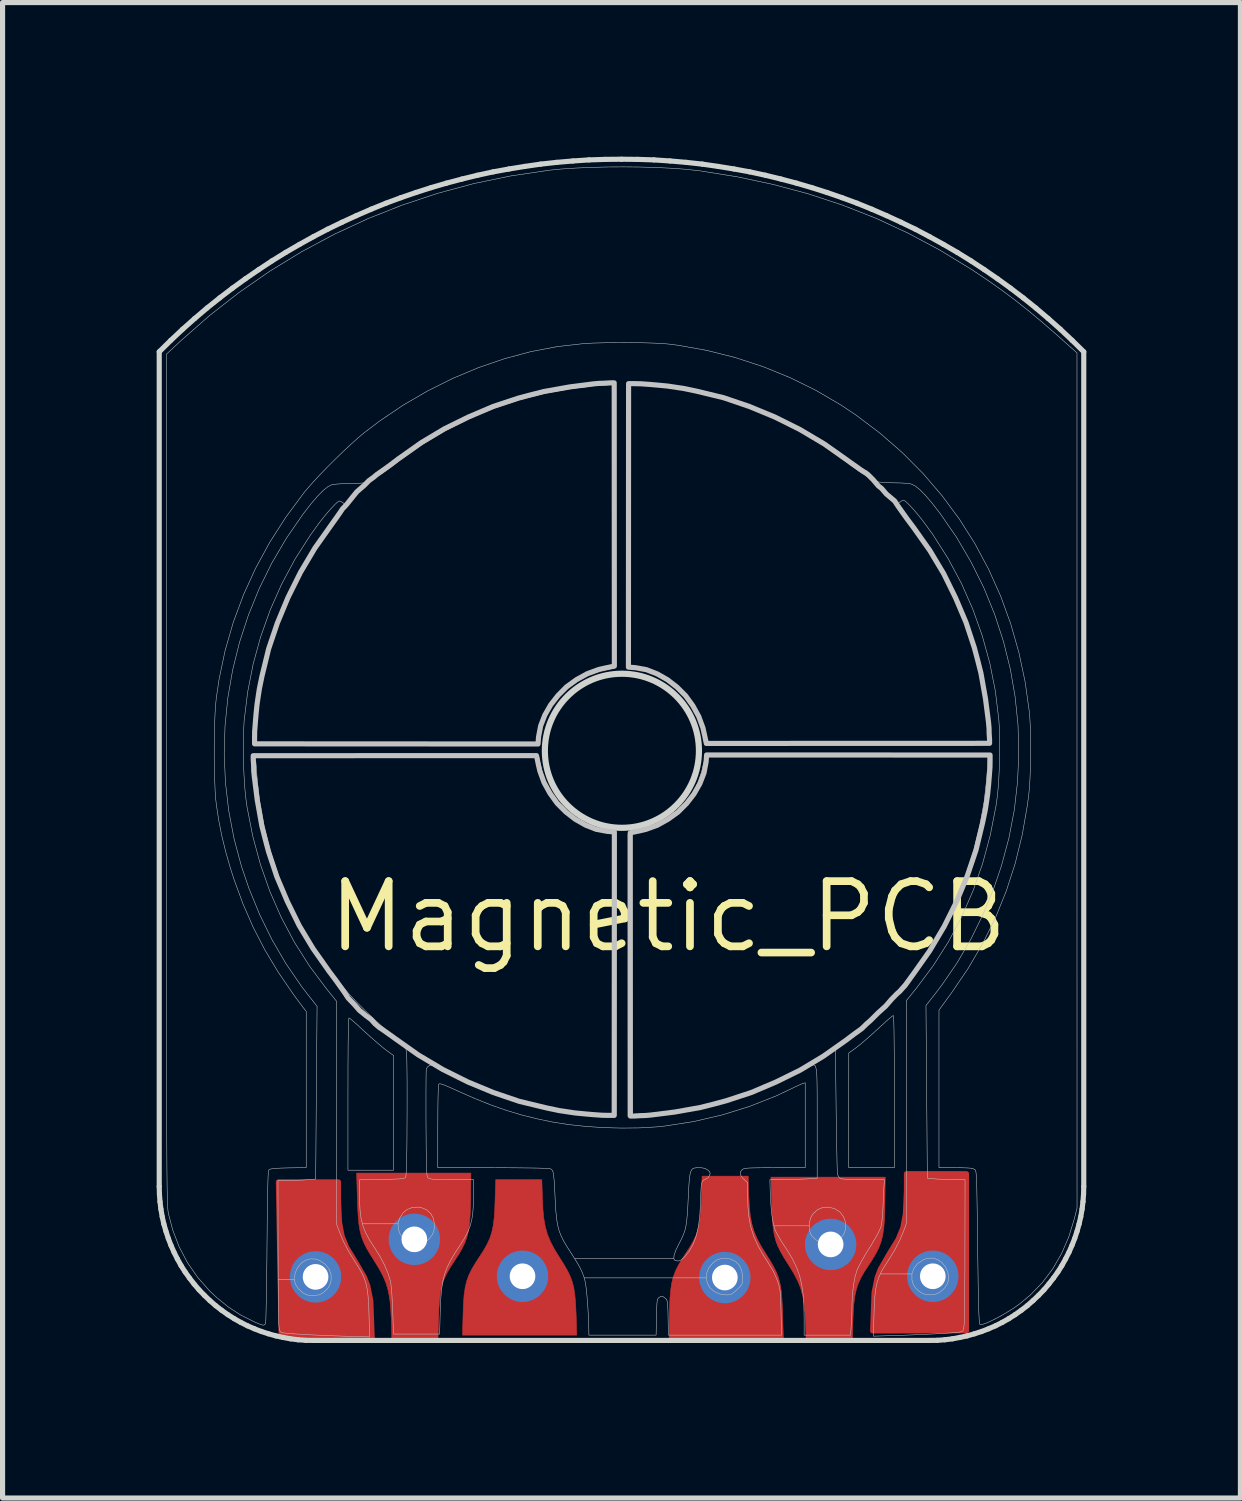
<source format=kicad_pcb>
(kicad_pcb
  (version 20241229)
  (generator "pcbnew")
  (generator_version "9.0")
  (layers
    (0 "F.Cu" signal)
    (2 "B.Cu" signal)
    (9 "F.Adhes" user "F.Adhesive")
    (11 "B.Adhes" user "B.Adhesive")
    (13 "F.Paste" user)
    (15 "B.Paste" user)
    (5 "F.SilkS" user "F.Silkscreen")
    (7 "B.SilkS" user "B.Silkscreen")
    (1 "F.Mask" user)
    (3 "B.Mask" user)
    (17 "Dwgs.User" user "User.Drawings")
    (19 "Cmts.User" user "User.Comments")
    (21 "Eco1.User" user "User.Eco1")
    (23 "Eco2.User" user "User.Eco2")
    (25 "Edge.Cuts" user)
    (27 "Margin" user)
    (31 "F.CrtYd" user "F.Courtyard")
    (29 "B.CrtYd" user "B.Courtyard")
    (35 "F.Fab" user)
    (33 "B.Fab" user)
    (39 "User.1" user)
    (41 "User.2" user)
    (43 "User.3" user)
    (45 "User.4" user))
  (footprint "Magnetic_PCB"
    (layer "F.Cu")
    (at 9.96 14.795)
    (property "Reference" "Magnetic_PCB" (at 0 0 0) (layer "F.SilkS") (effects (font (size 1.27 1.27) (thickness 0.15))))
    (attr through_hole)
    (fp_poly (pts (xy -6.421 5.166) (xy -6.421 5.486) (xy -6.401 5.946) (xy -6.35 6.22) (xy -6.256 6.447) (xy -6.071 6.749) (xy -5.911 7.028) (xy -5.85 7.188) (xy -5.791 7.48) (xy -5.763 8.227) (xy -6.797 8.225) (xy -7.422 8.169) (xy -7.536 8.131) (xy -7.59 5.166)) (stroke (width 0.1) (type solid)) (fill yes) (layer "F.Cu"))
    (fp_poly (pts (xy 4.638 5.006) (xy 4.638 5.326) (xy 4.618 5.786) (xy 4.567 6.06) (xy 4.473 6.287) (xy 4.288 6.589) (xy 4.128 6.868) (xy 4.067 7.028) (xy 4.008 7.32) (xy 3.98 8.067) (xy 5.014 8.065) (xy 5.7 8.062) (xy 5.806 8.065) (xy 5.806 5.006)) (stroke (width 0.1) (type solid)) (fill yes) (layer "F.Cu"))
    (fp_poly (pts (xy -5.392 7.849) (xy -5.403 7.633) (xy -5.421 7.45) (xy -5.45 7.291) (xy -5.492 7.145) (xy -5.55 7.005) (xy -5.627 6.859) (xy -5.725 6.7) (xy -5.727 6.696) (xy -5.813 6.56) (xy -5.881 6.442) (xy -5.934 6.332) (xy -5.974 6.224) (xy -6.003 6.11) (xy -6.024 5.981) (xy -6.037 5.831) (xy -6.047 5.65) (xy -6.051 5.531) (xy -6.067 4.994) (xy -3.842 4.994) (xy -3.848 5.605) (xy -3.856 5.807) (xy -3.869 5.974) (xy -3.889 6.117) (xy -3.919 6.242) (xy -3.952 6.332) (xy -4.583 6.332) (xy -4.6 6.206) (xy -4.651 6.104) (xy -4.733 6.029) (xy -4.843 5.984) (xy -4.96 5.971) (xy -5.021 5.972) (xy -5.066 5.983) (xy -5.108 6.008) (xy -5.161 6.055) (xy -5.182 6.075) (xy -5.239 6.13) (xy -5.272 6.171) (xy -5.287 6.211) (xy -5.291 6.265) (xy -5.291 6.313) (xy -5.276 6.444) (xy -5.229 6.548) (xy -5.151 6.623) (xy -5.103 6.649) (xy -4.981 6.685) (xy -4.866 6.68) (xy -4.759 6.633) (xy -4.702 6.588) (xy -4.626 6.495) (xy -4.588 6.396) (xy -4.583 6.332) (xy -3.952 6.332) (xy -3.962 6.358) (xy -4.019 6.475) (xy -4.093 6.599) (xy -4.159 6.7) (xy -4.246 6.834) (xy -4.315 6.954) (xy -4.367 7.068) (xy -4.406 7.185) (xy -4.433 7.313) (xy -4.452 7.46) (xy -4.464 7.634) (xy -4.47 7.796) (xy -4.483 8.214) (xy -5.381 8.214) (xy -5.392 7.849)) (stroke (width 0.01) (type solid)) (fill yes) (layer "F.Cu"))
    (fp_poly (pts (xy -2.45 5.487) (xy -2.439 5.703) (xy -2.421 5.886) (xy -2.392 6.045) (xy -2.35 6.191) (xy -2.292 6.331) (xy -2.215 6.477) (xy -2.117 6.636) (xy -2.115 6.64) (xy -2.029 6.776) (xy -1.961 6.894) (xy -1.908 7.004) (xy -1.868 7.112) (xy -1.839 7.226) (xy -1.819 7.355) (xy -1.805 7.506) (xy -1.796 7.686) (xy -1.791 7.805) (xy -1.781 8.149) (xy -4.006 8.149) (xy -3.994 7.731) (xy -3.987 7.53) (xy -3.974 7.362) (xy -3.953 7.219) (xy -3.923 7.094) (xy -3.89 7.004) (xy -3.26 7.004) (xy -3.242 7.13) (xy -3.191 7.232) (xy -3.109 7.307) (xy -2.999 7.352) (xy -2.882 7.365) (xy -2.821 7.364) (xy -2.776 7.353) (xy -2.734 7.328) (xy -2.681 7.281) (xy -2.66 7.261) (xy -2.603 7.206) (xy -2.571 7.165) (xy -2.555 7.125) (xy -2.551 7.071) (xy -2.551 7.023) (xy -2.567 6.892) (xy -2.613 6.789) (xy -2.691 6.713) (xy -2.739 6.687) (xy -2.861 6.651) (xy -2.976 6.656) (xy -3.083 6.703) (xy -3.14 6.748) (xy -3.216 6.841) (xy -3.254 6.94) (xy -3.26 7.004) (xy -3.89 7.004) (xy -3.881 6.978) (xy -3.823 6.861) (xy -3.749 6.737) (xy -3.683 6.636) (xy -3.596 6.502) (xy -3.528 6.382) (xy -3.475 6.268) (xy -3.437 6.151) (xy -3.409 6.023) (xy -3.39 5.876) (xy -3.378 5.702) (xy -3.372 5.54) (xy -3.359 5.122) (xy -2.461 5.122) (xy -2.45 5.487)) (stroke (width 0.01) (type solid)) (fill yes) (layer "F.Cu"))
    (fp_poly (pts (xy 1.568 5.418) (xy 1.579 5.633) (xy 1.597 5.816) (xy 1.626 5.976) (xy 1.668 6.121) (xy 1.726 6.262) (xy 1.803 6.407) (xy 1.901 6.567) (xy 1.903 6.57) (xy 1.989 6.706) (xy 2.057 6.825) (xy 2.11 6.934) (xy 2.15 7.042) (xy 2.179 7.157) (xy 2.2 7.285) (xy 2.213 7.436) (xy 2.223 7.617) (xy 2.227 7.736) (xy 2.243 8.273) (xy 0.018 8.273) (xy 0.024 7.662) (xy 0.032 7.46) (xy 0.045 7.292) (xy 0.065 7.15) (xy 0.095 7.025) (xy 0.128 6.934) (xy 0.759 6.934) (xy 0.776 7.061) (xy 0.827 7.163) (xy 0.909 7.237) (xy 1.019 7.282) (xy 1.136 7.296) (xy 1.197 7.294) (xy 1.242 7.284) (xy 1.284 7.259) (xy 1.337 7.212) (xy 1.358 7.192) (xy 1.415 7.137) (xy 1.448 7.096) (xy 1.463 7.056) (xy 1.467 7.001) (xy 1.467 6.954) (xy 1.452 6.822) (xy 1.405 6.719) (xy 1.327 6.644) (xy 1.279 6.617) (xy 1.157 6.581) (xy 1.042 6.587) (xy 0.935 6.633) (xy 0.878 6.679) (xy 0.802 6.771) (xy 0.764 6.871) (xy 0.759 6.934) (xy 0.128 6.934) (xy 0.138 6.908) (xy 0.195 6.792) (xy 0.269 6.667) (xy 0.335 6.566) (xy 0.422 6.433) (xy 0.49 6.313) (xy 0.543 6.199) (xy 0.582 6.082) (xy 0.609 5.954) (xy 0.628 5.807) (xy 0.64 5.633) (xy 0.646 5.471) (xy 0.659 5.053) (xy 1.557 5.053) (xy 1.568 5.418)) (stroke (width 0.01) (type solid)) (fill yes) (layer "F.Cu"))
    (fp_poly (pts (xy 2.674 7.928) (xy 2.663 7.713) (xy 2.645 7.53) (xy 2.616 7.37) (xy 2.574 7.225) (xy 2.516 7.084) (xy 2.439 6.939) (xy 2.341 6.779) (xy 2.339 6.776) (xy 2.253 6.64) (xy 2.185 6.521) (xy 2.132 6.412) (xy 2.092 6.304) (xy 2.063 6.189) (xy 2.043 6.061) (xy 2.029 5.91) (xy 2.02 5.729) (xy 2.015 5.61) (xy 1.999 5.073) (xy 4.225 5.073) (xy 4.218 5.684) (xy 4.211 5.886) (xy 4.198 6.054) (xy 4.177 6.196) (xy 4.147 6.321) (xy 4.114 6.412) (xy 3.484 6.412) (xy 3.466 6.285) (xy 3.415 6.183) (xy 3.333 6.109) (xy 3.223 6.064) (xy 3.106 6.05) (xy 3.045 6.052) (xy 3 6.062) (xy 2.958 6.087) (xy 2.905 6.134) (xy 2.884 6.154) (xy 2.827 6.21) (xy 2.795 6.25) (xy 2.779 6.29) (xy 2.775 6.345) (xy 2.775 6.392) (xy 2.791 6.524) (xy 2.837 6.627) (xy 2.915 6.702) (xy 2.963 6.729) (xy 3.085 6.765) (xy 3.2 6.759) (xy 3.307 6.713) (xy 3.364 6.667) (xy 3.44 6.575) (xy 3.478 6.475) (xy 3.484 6.412) (xy 4.114 6.412) (xy 4.105 6.438) (xy 4.047 6.554) (xy 3.973 6.679) (xy 3.907 6.78) (xy 3.82 6.913) (xy 3.752 7.033) (xy 3.699 7.147) (xy 3.661 7.264) (xy 3.633 7.392) (xy 3.614 7.539) (xy 3.602 7.714) (xy 3.596 7.875) (xy 3.583 8.293) (xy 2.686 8.293) (xy 2.674 7.928)) (stroke (width 0.01) (type solid)) (fill yes) (layer "F.Cu"))
    (fp_poly (pts (xy -6.426 5.169) (xy -6.426 5.489) (xy -6.406 5.949) (xy -6.355 6.223) (xy -6.261 6.449) (xy -6.076 6.751) (xy -5.916 7.031) (xy -5.855 7.191) (xy -5.796 7.483) (xy -5.768 8.23) (xy -6.802 8.227) (xy -7.427 8.171) (xy -7.541 8.133) (xy -7.595 5.169)) (stroke (width 0.1) (type solid)) (fill yes) (layer "F.Mask"))
    (fp_poly (pts (xy 4.636 5.034) (xy 4.636 5.354) (xy 4.615 5.814) (xy 4.564 6.088) (xy 4.47 6.314) (xy 4.285 6.617) (xy 4.125 6.896) (xy 4.064 7.056) (xy 4.006 7.348) (xy 3.978 8.095) (xy 5.011 8.092) (xy 5.697 8.09) (xy 5.751 7.998) (xy 5.804 5.034)) (stroke (width 0.1) (type solid)) (fill yes) (layer "F.Mask"))
    (fp_poly (pts (xy -5.409 7.791) (xy -5.42 7.575) (xy -5.438 7.393) (xy -5.467 7.233) (xy -5.509 7.088) (xy -5.567 6.947) (xy -5.644 6.801) (xy -5.742 6.642) (xy -5.744 6.638) (xy -5.83 6.503) (xy -5.898 6.384) (xy -5.951 6.274) (xy -5.991 6.167) (xy -6.02 6.052) (xy -6.041 5.924) (xy -6.054 5.773) (xy -6.064 5.592) (xy -6.068 5.473) (xy -6.066 4.983) (xy -3.84 4.983) (xy -3.865 5.547) (xy -3.873 5.749) (xy -3.886 5.917) (xy -3.906 6.059) (xy -3.936 6.184) (xy -3.969 6.275) (xy -4.6 6.275) (xy -4.617 6.148) (xy -4.668 6.046) (xy -4.75 5.972) (xy -4.86 5.926) (xy -4.977 5.913) (xy -5.038 5.915) (xy -5.083 5.925) (xy -5.125 5.95) (xy -5.178 5.997) (xy -5.199 6.017) (xy -5.256 6.072) (xy -5.288 6.113) (xy -5.304 6.153) (xy -5.308 6.207) (xy -5.308 6.255) (xy -5.293 6.387) (xy -5.246 6.49) (xy -5.168 6.565) (xy -5.12 6.592) (xy -4.998 6.628) (xy -4.883 6.622) (xy -4.776 6.575) (xy -4.719 6.53) (xy -4.643 6.438) (xy -4.605 6.338) (xy -4.6 6.275) (xy -3.969 6.275) (xy -3.979 6.301) (xy -4.036 6.417) (xy -4.11 6.542) (xy -4.176 6.643) (xy -4.263 6.776) (xy -4.331 6.896) (xy -4.384 7.01) (xy -4.423 7.127) (xy -4.45 7.255) (xy -4.469 7.402) (xy -4.481 7.576) (xy -4.487 7.738) (xy -4.466 8.204) (xy -5.364 8.204) (xy -5.409 7.791)) (stroke (width 0.01) (type solid)) (fill yes) (layer "F.Mask"))
    (fp_poly (pts (xy -2.47 5.476) (xy -2.459 5.692) (xy -2.441 5.875) (xy -2.412 6.034) (xy -2.37 6.18) (xy -2.312 6.32) (xy -2.235 6.466) (xy -2.137 6.625) (xy -2.135 6.629) (xy -2.049 6.765) (xy -1.981 6.883) (xy -1.928 6.993) (xy -1.888 7.101) (xy -1.859 7.215) (xy -1.839 7.344) (xy -1.825 7.495) (xy -1.816 7.675) (xy -1.811 7.794) (xy -1.801 8.138) (xy -4.026 8.138) (xy -4.014 7.72) (xy -4.007 7.519) (xy -3.994 7.351) (xy -3.973 7.208) (xy -3.943 7.083) (xy -3.91 6.993) (xy -3.28 6.993) (xy -3.262 7.119) (xy -3.211 7.221) (xy -3.129 7.296) (xy -3.019 7.341) (xy -2.902 7.354) (xy -2.841 7.353) (xy -2.796 7.342) (xy -2.754 7.317) (xy -2.701 7.27) (xy -2.68 7.25) (xy -2.623 7.195) (xy -2.591 7.154) (xy -2.575 7.114) (xy -2.571 7.06) (xy -2.571 7.012) (xy -2.587 6.881) (xy -2.633 6.778) (xy -2.711 6.702) (xy -2.759 6.676) (xy -2.881 6.64) (xy -2.996 6.645) (xy -3.103 6.692) (xy -3.16 6.737) (xy -3.236 6.83) (xy -3.274 6.929) (xy -3.28 6.993) (xy -3.91 6.993) (xy -3.901 6.967) (xy -3.843 6.85) (xy -3.769 6.726) (xy -3.703 6.625) (xy -3.616 6.491) (xy -3.548 6.371) (xy -3.495 6.257) (xy -3.457 6.14) (xy -3.429 6.012) (xy -3.41 5.865) (xy -3.398 5.691) (xy -3.392 5.529) (xy -3.379 5.111) (xy -2.481 5.111) (xy -2.47 5.476)) (stroke (width 0.01) (type solid)) (fill yes) (layer "F.Mask"))
    (fp_poly (pts (xy 1.567 5.654) (xy 1.577 5.87) (xy 1.596 6.052) (xy 1.624 6.212) (xy 1.667 6.357) (xy 1.725 6.498) (xy 1.801 6.644) (xy 1.9 6.803) (xy 1.902 6.807) (xy 1.988 6.943) (xy 2.056 7.061) (xy 2.109 7.171) (xy 2.149 7.279) (xy 2.178 7.393) (xy 2.198 7.522) (xy 2.212 7.672) (xy 2.221 7.853) (xy 2.225 7.972) (xy 2.236 8.316) (xy 0.011 8.316) (xy 0.022 7.898) (xy 0.03 7.696) (xy 0.043 7.529) (xy 0.064 7.386) (xy 0.094 7.261) (xy 0.127 7.171) (xy 0.757 7.171) (xy 0.775 7.297) (xy 0.826 7.399) (xy 0.907 7.474) (xy 1.018 7.519) (xy 1.134 7.532) (xy 1.196 7.53) (xy 1.24 7.52) (xy 1.283 7.495) (xy 1.336 7.448) (xy 1.357 7.428) (xy 1.413 7.373) (xy 1.446 7.332) (xy 1.461 7.292) (xy 1.466 7.238) (xy 1.466 7.19) (xy 1.45 7.058) (xy 1.404 6.955) (xy 1.326 6.88) (xy 1.278 6.853) (xy 1.156 6.817) (xy 1.04 6.823) (xy 0.934 6.87) (xy 0.877 6.915) (xy 0.801 7.008) (xy 0.763 7.107) (xy 0.757 7.171) (xy 0.127 7.171) (xy 0.136 7.144) (xy 0.193 7.028) (xy 0.268 6.903) (xy 0.334 6.803) (xy 0.421 6.669) (xy 0.489 6.549) (xy 0.541 6.435) (xy 0.58 6.318) (xy 0.608 6.19) (xy 0.626 6.043) (xy 0.638 5.869) (xy 0.645 5.707) (xy 0.647 5.088) (xy 1.544 5.088) (xy 1.567 5.654)) (stroke (width 0.01) (type solid)) (fill yes) (layer "F.Mask"))
    (fp_poly (pts (xy 2.658 7.718) (xy 2.648 7.503) (xy 2.629 7.32) (xy 2.6 7.16) (xy 2.558 7.015) (xy 2.5 6.874) (xy 2.424 6.729) (xy 2.325 6.569) (xy 2.323 6.566) (xy 2.237 6.43) (xy 2.169 6.311) (xy 2.116 6.202) (xy 2.076 6.094) (xy 2.047 5.979) (xy 2.027 5.851) (xy 2.013 5.7) (xy 2.004 5.519) (xy 2 5.4) (xy 1.989 5.056) (xy 4.214 5.056) (xy 4.203 5.474) (xy 4.195 5.676) (xy 4.182 5.844) (xy 4.161 5.986) (xy 4.131 6.111) (xy 4.098 6.202) (xy 3.468 6.202) (xy 3.45 6.075) (xy 3.399 5.973) (xy 3.318 5.899) (xy 3.207 5.854) (xy 3.091 5.84) (xy 3.029 5.842) (xy 2.985 5.852) (xy 2.942 5.877) (xy 2.889 5.924) (xy 2.868 5.944) (xy 2.812 6) (xy 2.779 6.04) (xy 2.764 6.081) (xy 2.759 6.135) (xy 2.759 6.182) (xy 2.775 6.314) (xy 2.821 6.417) (xy 2.899 6.493) (xy 2.947 6.519) (xy 3.069 6.555) (xy 3.185 6.549) (xy 3.291 6.503) (xy 3.348 6.457) (xy 3.424 6.365) (xy 3.462 6.265) (xy 3.468 6.202) (xy 4.098 6.202) (xy 4.089 6.228) (xy 4.032 6.344) (xy 3.957 6.469) (xy 3.891 6.57) (xy 3.804 6.704) (xy 3.736 6.823) (xy 3.683 6.938) (xy 3.645 7.054) (xy 3.617 7.182) (xy 3.599 7.329) (xy 3.587 7.504) (xy 3.58 7.665) (xy 3.578 8.285) (xy 2.681 8.285) (xy 2.658 7.718)) (stroke (width 0.01) (type solid)) (fill yes) (layer "F.Mask"))
    (fp_poly (pts (xy -6.22 1.995) (xy -6.223 2.057) (xy -6.226 2.157) (xy -6.229 2.295) (xy -6.232 2.467) (xy -6.233 2.674) (xy -6.235 2.912) (xy -6.235 3.181) (xy -6.236 3.456) (xy -6.236 4.938) (xy -5.347 4.938) (xy -5.348 2.705) (xy -5.437 2.641) (xy -5.53 2.571) (xy -5.647 2.474) (xy -5.785 2.353) (xy -5.94 2.213) (xy -6.003 2.154) (xy -6.078 2.085) (xy -6.143 2.029) (xy -6.191 1.99) (xy -6.215 1.974) (xy -6.216 1.974) (xy -6.22 1.995)) (stroke (width 0.01) (type solid)) (fill no) (layer "Dwgs.User"))
    (fp_poly (pts (xy 4.387 1.947) (xy 4.39 2.009) (xy 4.393 2.109) (xy 4.396 2.246) (xy 4.398 2.419) (xy 4.4 2.626) (xy 4.402 2.864) (xy 4.402 3.133) (xy 4.403 3.408) (xy 4.403 4.889) (xy 3.514 4.889) (xy 3.515 2.656) (xy 3.604 2.593) (xy 3.697 2.523) (xy 3.814 2.425) (xy 3.952 2.305) (xy 4.107 2.164) (xy 4.17 2.106) (xy 4.245 2.037) (xy 4.31 1.981) (xy 4.358 1.942) (xy 4.382 1.926) (xy 4.383 1.926) (xy 4.387 1.947)) (stroke (width 0.01) (type solid)) (fill no) (layer "Dwgs.User"))
    (fp_poly (pts (xy -2.565 -3.134) (xy -2.525 -2.944) (xy -2.499 -2.832) (xy -2.418 -2.609) (xy -2.301 -2.398) (xy -2.162 -2.205) (xy -1.994 -2.037) (xy -1.811 -1.895) (xy -1.61 -1.781) (xy -1.402 -1.699) (xy -1.186 -1.659) (xy -1.049 -1.648) (xy -1.052 3.871) (xy -1.153 3.871) (xy -1.29 3.868) (xy -1.46 3.856) (xy -1.641 3.84) (xy -1.816 3.823) (xy -1.989 3.797) (xy -2.123 3.777) (xy -2.367 3.726) (xy -2.901 3.597) (xy -3.404 3.426) (xy -3.899 3.221) (xy -4.389 2.977) (xy -4.864 2.695) (xy -5.324 2.37) (xy -5.38 2.329) (xy -5.476 2.261) (xy -5.56 2.202) (xy -5.629 2.156) (xy -5.712 2.085) (xy -5.784 2.004) (xy -5.878 1.935) (xy -6.012 1.826) (xy -6.114 1.709) (xy -6.175 1.646) (xy -6.233 1.585) (xy -6.294 1.491) (xy -6.378 1.372) (xy -6.482 1.227) (xy -6.614 1.052) (xy -6.617 1.046) (xy -6.916 0.622) (xy -7.186 0.173) (xy -7.417 -0.297) (xy -7.62 -0.775) (xy -7.783 -1.267) (xy -7.849 -1.516) (xy -7.912 -1.765) (xy -8.001 -2.266) (xy -8.059 -2.725) (xy -8.07 -2.837) (xy -8.072 -2.936) (xy -8.077 -3.02) (xy -8.08 -3.061) (xy -8.08 -3.132)) (stroke (width 0.1) (type solid)) (fill no) (layer "Dwgs.User"))
    (fp_poly (pts (xy -1.049 -4.877) (xy -1.24 -4.836) (xy -1.351 -4.811) (xy -1.575 -4.729) (xy -1.786 -4.613) (xy -1.979 -4.473) (xy -2.146 -4.305) (xy -2.289 -4.122) (xy -2.403 -3.922) (xy -2.484 -3.713) (xy -2.525 -3.498) (xy -2.535 -3.36) (xy -8.054 -3.363) (xy -8.054 -3.465) (xy -8.052 -3.602) (xy -8.039 -3.772) (xy -8.024 -3.952) (xy -8.006 -4.128) (xy -7.981 -4.3) (xy -7.96 -4.435) (xy -7.91 -4.679) (xy -7.78 -5.212) (xy -7.61 -5.715) (xy -7.404 -6.21) (xy -7.16 -6.701) (xy -6.878 -7.176) (xy -6.553 -7.635) (xy -6.513 -7.691) (xy -6.444 -7.788) (xy -6.386 -7.871) (xy -6.34 -7.94) (xy -6.304 -7.976) (xy -6.259 -8.026) (xy -6.167 -8.141) (xy -6.063 -8.27) (xy -5.916 -8.397) (xy -5.829 -8.486) (xy -5.738 -8.552) (xy -5.674 -8.606) (xy -5.555 -8.689) (xy -5.41 -8.793) (xy -5.235 -8.926) (xy -5.23 -8.928) (xy -4.806 -9.228) (xy -4.356 -9.497) (xy -3.886 -9.728) (xy -3.409 -9.931) (xy -2.916 -10.094) (xy -2.667 -10.16) (xy -2.418 -10.223) (xy -1.918 -10.312) (xy -1.458 -10.371) (xy -1.346 -10.381) (xy -1.247 -10.384) (xy -1.163 -10.389) (xy -1.123 -10.391) (xy -1.052 -10.391)) (stroke (width 0.1) (type solid)) (fill no) (layer "Dwgs.User"))
    (fp_poly (pts (xy -0.739 -1.631) (xy -0.549 -1.671) (xy -0.437 -1.697) (xy -0.213 -1.778) (xy -0.003 -1.895) (xy 0.191 -2.035) (xy 0.358 -2.202) (xy 0.5 -2.385) (xy 0.615 -2.586) (xy 0.696 -2.794) (xy 0.737 -3.01) (xy 0.747 -3.147) (xy 6.266 -3.145) (xy 6.266 -3.043) (xy 6.264 -2.906) (xy 6.251 -2.736) (xy 6.236 -2.555) (xy 6.218 -2.38) (xy 6.193 -2.207) (xy 6.172 -2.073) (xy 6.121 -1.829) (xy 5.992 -1.295) (xy 5.822 -0.792) (xy 5.616 -0.297) (xy 5.372 0.193) (xy 5.09 0.668) (xy 4.765 1.128) (xy 4.724 1.184) (xy 4.656 1.28) (xy 4.61 1.344) (xy 4.557 1.4) (xy 4.511 1.453) (xy 4.45 1.506) (xy 4.348 1.61) (xy 4.234 1.742) (xy 4.079 1.882) (xy 4.003 1.958) (xy 3.937 2.024) (xy 3.861 2.09) (xy 3.767 2.182) (xy 3.622 2.286) (xy 3.447 2.418) (xy 3.442 2.421) (xy 3.018 2.72) (xy 2.568 2.99) (xy 2.098 3.221) (xy 1.621 3.424) (xy 1.128 3.586) (xy 0.879 3.653) (xy 0.63 3.716) (xy 0.13 3.805) (xy -0.33 3.863) (xy -0.442 3.873) (xy -0.541 3.876) (xy -0.625 3.881) (xy -0.665 3.884) (xy -0.737 3.884)) (stroke (width 0.1) (type solid)) (fill no) (layer "Dwgs.User"))
    (fp_poly (pts (xy 0.742 -3.371) (xy 0.701 -3.561) (xy 0.676 -3.673) (xy 0.594 -3.896) (xy 0.478 -4.107) (xy 0.338 -4.3) (xy 0.17 -4.468) (xy -0.013 -4.61) (xy -0.213 -4.724) (xy -0.422 -4.806) (xy -0.638 -4.846) (xy -0.775 -4.856) (xy -0.772 -10.376) (xy -0.671 -10.376) (xy -0.533 -10.373) (xy -0.363 -10.361) (xy -0.183 -10.345) (xy -0.008 -10.328) (xy 0.165 -10.302) (xy 0.3 -10.282) (xy 0.544 -10.231) (xy 1.077 -10.102) (xy 1.58 -9.931) (xy 2.075 -9.726) (xy 2.565 -9.482) (xy 3.04 -9.2) (xy 3.5 -8.875) (xy 3.556 -8.834) (xy 3.653 -8.766) (xy 3.736 -8.707) (xy 3.805 -8.661) (xy 3.843 -8.641) (xy 3.894 -8.6) (xy 3.993 -8.501) (xy 4.089 -8.387) (xy 4.155 -8.334) (xy 4.247 -8.227) (xy 4.409 -8.09) (xy 4.47 -7.996) (xy 4.554 -7.877) (xy 4.658 -7.732) (xy 4.79 -7.556) (xy 4.793 -7.551) (xy 5.093 -7.127) (xy 5.362 -6.678) (xy 5.593 -6.208) (xy 5.796 -5.73) (xy 5.959 -5.237) (xy 6.025 -4.989) (xy 6.088 -4.74) (xy 6.177 -4.239) (xy 6.236 -3.78) (xy 6.246 -3.668) (xy 6.248 -3.569) (xy 6.253 -3.485) (xy 6.256 -3.444) (xy 6.256 -3.373)) (stroke (width 0.1) (type solid)) (fill no) (layer "Dwgs.User"))
    (fp_poly (pts (xy 6.223 -3.053) (xy 6.221 -3.012) (xy 6.217 -2.937) (xy 6.211 -2.839) (xy 6.203 -2.727) (xy 6.201 -2.69) (xy 6.15 -2.232) (xy 6.066 -1.765) (xy 5.95 -1.297) (xy 5.805 -0.837) (xy 5.633 -0.394) (xy 5.437 0.024) (xy 5.352 0.183) (xy 5.107 0.593) (xy 4.842 0.979) (xy 4.551 1.345) (xy 4.231 1.698) (xy 3.877 2.041) (xy 3.538 2.336) (xy 3.255 2.572) (xy 3.269 3.766) (xy 3.272 3.989) (xy 3.275 4.2) (xy 3.278 4.396) (xy 3.282 4.573) (xy 3.285 4.726) (xy 3.288 4.851) (xy 3.291 4.946) (xy 3.294 5.004) (xy 3.296 5.022) (xy 3.325 5.08) (xy 3.359 5.103) (xy 3.396 5.109) (xy 3.468 5.114) (xy 3.566 5.119) (xy 3.684 5.121) (xy 3.81 5.122) (xy 4.209 5.122) (xy 4.201 5.233) (xy 4.197 5.297) (xy 4.192 5.39) (xy 4.187 5.503) (xy 4.183 5.622) (xy 4.182 5.641) (xy 4.175 5.777) (xy 4.164 5.898) (xy 4.151 5.994) (xy 4.139 6.045) (xy 4.116 6.1) (xy 4.075 6.182) (xy 4.02 6.28) (xy 3.957 6.388) (xy 3.919 6.447) (xy 3.851 6.558) (xy 3.786 6.669) (xy 3.731 6.77) (xy 3.69 6.85) (xy 3.678 6.879) (xy 3.638 7.01) (xy 3.607 7.172) (xy 3.586 7.355) (xy 3.577 7.55) (xy 3.577 7.58) (xy 3.575 7.692) (xy 3.571 7.821) (xy 3.564 7.941) (xy 3.563 7.955) (xy 3.55 8.149) (xy 2.646 8.149) (xy 2.646 7.826) (xy 2.641 7.575) (xy 2.626 7.357) (xy 2.599 7.166) (xy 2.557 6.992) (xy 2.498 6.829) (xy 2.42 6.668) (xy 2.32 6.501) (xy 2.26 6.411) (xy 2.199 6.316) (xy 2.142 6.219) (xy 2.097 6.134) (xy 2.077 6.088) (xy 2.058 6.021) (xy 2.748 6.021) (xy 2.755 6.117) (xy 2.771 6.177) (xy 2.808 6.231) (xy 2.87 6.289) (xy 2.941 6.337) (xy 2.985 6.357) (xy 3.056 6.369) (xy 3.144 6.366) (xy 3.226 6.349) (xy 3.244 6.342) (xy 3.305 6.306) (xy 3.365 6.257) (xy 3.372 6.249) (xy 3.432 6.157) (xy 3.457 6.053) (xy 3.45 5.945) (xy 3.412 5.843) (xy 3.346 5.756) (xy 3.253 5.693) (xy 3.251 5.692) (xy 3.13 5.657) (xy 3.014 5.662) (xy 2.91 5.704) (xy 2.823 5.783) (xy 2.78 5.849) (xy 2.756 5.925) (xy 2.748 6.021) (xy 2.058 6.021) (xy 2.047 5.98) (xy 2.021 5.835) (xy 2.002 5.657) (xy 1.989 5.453) (xy 1.985 5.339) (xy 1.979 5.122) (xy 2.214 5.122) (xy 2.343 5.121) (xy 2.487 5.117) (xy 2.624 5.111) (xy 2.674 5.109) (xy 2.9 5.095) (xy 2.9 4.02) (xy 2.9 3.769) (xy 2.9 3.556) (xy 2.899 3.38) (xy 2.897 3.237) (xy 2.894 3.123) (xy 2.889 3.036) (xy 2.881 2.972) (xy 2.871 2.929) (xy 2.858 2.902) (xy 2.842 2.89) (xy 2.822 2.888) (xy 2.797 2.894) (xy 2.768 2.905) (xy 2.756 2.909) (xy 2.708 2.929) (xy 2.632 2.963) (xy 2.537 3.008) (xy 2.435 3.058) (xy 2.419 3.066) (xy 1.914 3.301) (xy 1.418 3.495) (xy 0.93 3.648) (xy 0.448 3.761) (xy 0.305 3.787) (xy 0.196 3.804) (xy 0.063 3.822) (xy -0.083 3.84) (xy -0.234 3.857) (xy -0.381 3.872) (xy -0.513 3.884) (xy -0.623 3.892) (xy -0.7 3.895) (xy -0.702 3.895) (xy -0.783 3.895) (xy -0.783 -1.608) (xy -0.725 -1.62) (xy -0.478 -1.683) (xy -0.266 -1.759) (xy -0.08 -1.853) (xy 0.088 -1.968) (xy 0.243 -2.109) (xy 0.344 -2.22) (xy 0.442 -2.349) (xy 0.525 -2.49) (xy 0.595 -2.651) (xy 0.655 -2.84) (xy 0.708 -3.053) (xy 0.72 -3.111) (xy 6.223 -3.111) (xy 6.223 -3.053)) (stroke (width 0.01) (type solid)) (fill no) (layer "Dwgs.User"))
    (fp_poly (pts (xy -2.498 -2.99) (xy -2.431 -2.731) (xy -2.333 -2.499) (xy -2.201 -2.289) (xy -2.033 -2.094) (xy -2.023 -2.084) (xy -1.876 -1.955) (xy -1.715 -1.847) (xy -1.534 -1.758) (xy -1.325 -1.684) (xy -1.082 -1.622) (xy -1.074 -1.62) (xy -1.016 -1.608) (xy -1.016 3.873) (xy -1.237 3.873) (xy -1.449 3.866) (xy -1.69 3.844) (xy -1.95 3.809) (xy -2.22 3.762) (xy -2.49 3.706) (xy -2.75 3.642) (xy -2.836 3.618) (xy -3.095 3.539) (xy -3.339 3.456) (xy -3.58 3.363) (xy -3.827 3.255) (xy -4.092 3.13) (xy -4.221 3.066) (xy -4.353 3) (xy -4.453 2.952) (xy -4.526 2.919) (xy -4.578 2.9) (xy -4.614 2.892) (xy -4.639 2.894) (xy -4.649 2.897) (xy -4.692 2.933) (xy -4.71 2.968) (xy -4.712 2.998) (xy -4.714 3.067) (xy -4.715 3.169) (xy -4.716 3.3) (xy -4.717 3.456) (xy -4.717 3.633) (xy -4.717 3.827) (xy -4.716 4.032) (xy -4.716 4.039) (xy -4.714 4.274) (xy -4.713 4.47) (xy -4.711 4.631) (xy -4.709 4.76) (xy -4.707 4.862) (xy -4.704 4.939) (xy -4.7 4.995) (xy -4.696 5.035) (xy -4.69 5.061) (xy -4.683 5.078) (xy -4.674 5.088) (xy -4.668 5.092) (xy -4.644 5.103) (xy -4.603 5.111) (xy -4.538 5.117) (xy -4.445 5.12) (xy -4.319 5.122) (xy -4.208 5.122) (xy -3.789 5.122) (xy -3.789 5.392) (xy -3.793 5.592) (xy -3.804 5.758) (xy -3.824 5.9) (xy -3.857 6.025) (xy -3.904 6.143) (xy -3.967 6.263) (xy -4.049 6.392) (xy -4.052 6.397) (xy -4.158 6.559) (xy -4.242 6.702) (xy -4.307 6.836) (xy -4.355 6.968) (xy -4.39 7.108) (xy -4.414 7.263) (xy -4.429 7.443) (xy -4.438 7.655) (xy -4.439 7.678) (xy -4.451 8.128) (xy -5.349 8.128) (xy -5.364 7.678) (xy -5.371 7.521) (xy -5.379 7.376) (xy -5.389 7.25) (xy -5.4 7.151) (xy -5.41 7.093) (xy -5.455 6.946) (xy -5.525 6.781) (xy -5.616 6.609) (xy -5.722 6.441) (xy -5.725 6.437) (xy -5.82 6.289) (xy -5.893 6.152) (xy -5.945 6.016) (xy -5.954 5.981) (xy -5.26 5.981) (xy -5.255 6.087) (xy -5.219 6.184) (xy -5.154 6.267) (xy -5.065 6.328) (xy -4.954 6.362) (xy -4.863 6.365) (xy -4.784 6.356) (xy -4.729 6.337) (xy -4.68 6.3) (xy -4.676 6.296) (xy -4.603 6.211) (xy -4.563 6.122) (xy -4.551 6.012) (xy -4.551 6.005) (xy -4.569 5.885) (xy -4.622 5.784) (xy -4.704 5.709) (xy -4.81 5.665) (xy -4.853 5.657) (xy -4.978 5.661) (xy -5.086 5.704) (xy -5.163 5.769) (xy -5.23 5.873) (xy -5.26 5.981) (xy -5.954 5.981) (xy -5.981 5.872) (xy -6.001 5.709) (xy -6.01 5.519) (xy -6.011 5.418) (xy -6.011 5.125) (xy -5.578 5.118) (xy -5.418 5.115) (xy -5.297 5.111) (xy -5.21 5.105) (xy -5.153 5.097) (xy -5.123 5.088) (xy -5.118 5.084) (xy -5.112 5.07) (xy -5.106 5.038) (xy -5.102 4.986) (xy -5.098 4.91) (xy -5.094 4.809) (xy -5.092 4.678) (xy -5.089 4.516) (xy -5.087 4.319) (xy -5.086 4.085) (xy -5.085 3.92) (xy -5.084 3.7) (xy -5.084 3.49) (xy -5.084 3.293) (xy -5.085 3.114) (xy -5.087 2.958) (xy -5.089 2.829) (xy -5.091 2.732) (xy -5.094 2.671) (xy -5.095 2.657) (xy -5.112 2.531) (xy -5.313 2.364) (xy -5.491 2.212) (xy -5.678 2.043) (xy -5.864 1.867) (xy -6.038 1.695) (xy -6.189 1.536) (xy -6.214 1.508) (xy -6.546 1.111) (xy -6.848 0.685) (xy -7.119 0.234) (xy -7.358 -0.237) (xy -7.563 -0.725) (xy -7.732 -1.226) (xy -7.864 -1.736) (xy -7.957 -2.252) (xy -8 -2.646) (xy -8.009 -2.76) (xy -8.018 -2.868) (xy -8.025 -2.957) (xy -8.03 -3.017) (xy -8.03 -3.022) (xy -8.038 -3.111) (xy -2.522 -3.111) (xy -2.498 -2.99)) (stroke (width 0.01) (type solid)) (fill no) (layer "Dwgs.User"))
    (fp_poly (pts (xy -1.11 -10.356) (xy -1.151 -10.353) (xy -1.234 -10.348) (xy -1.333 -10.345) (xy -1.445 -10.335) (xy -1.905 -10.276) (xy -2.406 -10.187) (xy -2.904 -10.06) (xy -3.396 -9.895) (xy -3.877 -9.694) (xy -4.344 -9.459) (xy -4.793 -9.191) (xy -5.219 -8.892) (xy -5.222 -8.889) (xy -5.397 -8.758) (xy -5.543 -8.652) (xy -5.661 -8.57) (xy -5.756 -8.51) (xy -5.83 -8.471) (xy -5.88 -8.452) (xy -5.932 -8.443) (xy -6.015 -8.436) (xy -6.116 -8.432) (xy -6.212 -8.43) (xy -6.32 -8.428) (xy -6.422 -8.423) (xy -6.504 -8.415) (xy -6.55 -8.407) (xy -6.626 -8.37) (xy -6.719 -8.295) (xy -6.83 -8.182) (xy -6.958 -8.032) (xy -7.104 -7.844) (xy -7.112 -7.833) (xy -7.434 -7.366) (xy -7.719 -6.881) (xy -7.966 -6.38) (xy -8.175 -5.865) (xy -8.347 -5.339) (xy -8.48 -4.804) (xy -8.574 -4.261) (xy -8.629 -3.713) (xy -8.645 -3.162) (xy -8.621 -2.611) (xy -8.557 -2.061) (xy -8.453 -1.515) (xy -8.308 -0.975) (xy -8.166 -0.556) (xy -7.953 -0.036) (xy -7.713 0.453) (xy -7.445 0.913) (xy -7.148 1.347) (xy -7.031 1.501) (xy -6.837 1.747) (xy -6.851 3.429) (xy -6.864 5.111) (xy -7.035 5.124) (xy -7.141 5.131) (xy -7.266 5.135) (xy -7.384 5.138) (xy -7.402 5.138) (xy -7.598 5.138) (xy -7.596 6.487) (xy -7.595 6.726) (xy -7.594 6.956) (xy -7.593 7.172) (xy -7.591 7.37) (xy -7.589 7.547) (xy -7.587 7.698) (xy -7.585 7.82) (xy -7.583 7.908) (xy -7.58 7.958) (xy -7.58 7.963) (xy -7.571 8.033) (xy -7.559 8.072) (xy -7.538 8.092) (xy -7.499 8.103) (xy -7.492 8.105) (xy -7.445 8.111) (xy -7.36 8.119) (xy -7.244 8.127) (xy -7.103 8.135) (xy -6.94 8.144) (xy -6.762 8.152) (xy -6.575 8.16) (xy -6.383 8.167) (xy -6.192 8.173) (xy -6.182 8.173) (xy -5.814 8.184) (xy -5.826 7.746) (xy -5.833 7.55) (xy -5.844 7.388) (xy -5.861 7.253) (xy -5.887 7.136) (xy -5.922 7.031) (xy -5.949 6.973) (xy -6.563 6.973) (xy -6.564 7.09) (xy -6.59 7.178) (xy -6.633 7.244) (xy -6.698 7.307) (xy -6.77 7.354) (xy -6.804 7.366) (xy -6.92 7.381) (xy -7.026 7.368) (xy -7.109 7.33) (xy -7.198 7.248) (xy -7.257 7.16) (xy -7.28 7.073) (xy -7.28 7.065) (xy -7.264 6.942) (xy -7.217 6.836) (xy -7.148 6.751) (xy -7.061 6.692) (xy -6.962 6.664) (xy -6.858 6.67) (xy -6.787 6.696) (xy -6.677 6.771) (xy -6.601 6.865) (xy -6.563 6.973) (xy -5.949 6.973) (xy -5.97 6.929) (xy -6.032 6.822) (xy -6.095 6.725) (xy -6.222 6.519) (xy -6.33 6.311) (xy -6.394 6.157) (xy -6.455 5.995) (xy -6.455 3.824) (xy -6.455 1.652) (xy -6.651 1.409) (xy -6.982 0.967) (xy -7.276 0.503) (xy -7.534 0.017) (xy -7.756 -0.49) (xy -7.941 -1.018) (xy -8.089 -1.565) (xy -8.2 -2.132) (xy -8.214 -2.228) (xy -8.234 -2.393) (xy -8.25 -2.589) (xy -8.262 -2.807) (xy -8.27 -3.036) (xy -8.273 -3.266) (xy -8.271 -3.486) (xy -8.264 -3.687) (xy -8.256 -3.819) (xy -8.188 -4.373) (xy -8.081 -4.918) (xy -7.934 -5.451) (xy -7.749 -5.971) (xy -7.526 -6.474) (xy -7.267 -6.958) (xy -6.972 -7.42) (xy -6.79 -7.672) (xy -6.71 -7.774) (xy -6.63 -7.87) (xy -6.554 -7.955) (xy -6.488 -8.025) (xy -6.436 -8.072) (xy -6.404 -8.091) (xy -6.402 -8.091) (xy -6.367 -8.079) (xy -6.326 -8.052) (xy -6.295 -8.022) (xy -6.29 -7.992) (xy -6.307 -7.943) (xy -6.329 -7.903) (xy -6.372 -7.836) (xy -6.43 -7.751) (xy -6.499 -7.655) (xy -6.541 -7.599) (xy -6.864 -7.135) (xy -7.146 -6.665) (xy -7.389 -6.184) (xy -7.595 -5.689) (xy -7.764 -5.178) (xy -7.897 -4.647) (xy -7.946 -4.404) (xy -7.968 -4.264) (xy -7.99 -4.097) (xy -8.01 -3.916) (xy -8.026 -3.736) (xy -8.037 -3.569) (xy -8.042 -3.428) (xy -8.042 -3.408) (xy -8.042 -3.329) (xy -2.524 -3.329) (xy -2.512 -3.461) (xy -2.47 -3.677) (xy -2.391 -3.887) (xy -2.278 -4.086) (xy -2.134 -4.271) (xy -1.964 -4.436) (xy -1.773 -4.578) (xy -1.563 -4.692) (xy -1.34 -4.775) (xy -1.227 -4.802) (xy -1.036 -4.841) (xy -1.039 -10.356) (xy -1.085 -10.356)) (stroke (width 0.01) (type solid)) (fill no) (layer "Dwgs.User"))
    (fp_poly (pts (xy -0.714 -10.363) (xy -0.665 -10.357) (xy -0.585 -10.351) (xy -0.488 -10.344) (xy -0.413 -10.34) (xy 0.086 -10.291) (xy 0.586 -10.203) (xy 1.085 -10.075) (xy 1.576 -9.91) (xy 2.058 -9.71) (xy 2.525 -9.475) (xy 2.973 -9.207) (xy 3.399 -8.907) (xy 3.403 -8.905) (xy 3.578 -8.773) (xy 3.723 -8.667) (xy 3.842 -8.586) (xy 3.937 -8.526) (xy 4.01 -8.487) (xy 4.061 -8.467) (xy 4.113 -8.459) (xy 4.195 -8.452) (xy 4.296 -8.447) (xy 4.392 -8.445) (xy 4.501 -8.443) (xy 4.602 -8.438) (xy 4.684 -8.43) (xy 4.731 -8.422) (xy 4.806 -8.385) (xy 4.9 -8.31) (xy 5.011 -8.197) (xy 5.139 -8.047) (xy 5.284 -7.86) (xy 5.293 -7.849) (xy 5.615 -7.382) (xy 5.899 -6.897) (xy 6.147 -6.396) (xy 6.356 -5.881) (xy 6.527 -5.355) (xy 6.66 -4.819) (xy 6.754 -4.276) (xy 6.81 -3.728) (xy 6.825 -3.178) (xy 6.801 -2.626) (xy 6.738 -2.076) (xy 6.633 -1.53) (xy 6.488 -0.99) (xy 6.346 -0.572) (xy 6.133 -0.051) (xy 5.894 0.437) (xy 5.626 0.897) (xy 5.329 1.331) (xy 5.211 1.485) (xy 5.018 1.732) (xy 5.031 3.414) (xy 5.045 5.095) (xy 5.216 5.109) (xy 5.322 5.115) (xy 5.446 5.12) (xy 5.565 5.122) (xy 5.583 5.122) (xy 5.779 5.122) (xy 5.776 6.472) (xy 5.776 6.711) (xy 5.775 6.94) (xy 5.773 7.156) (xy 5.772 7.355) (xy 5.77 7.531) (xy 5.768 7.683) (xy 5.766 7.804) (xy 5.763 7.892) (xy 5.761 7.943) (xy 5.76 7.947) (xy 5.752 8.018) (xy 5.74 8.057) (xy 5.718 8.077) (xy 5.68 8.088) (xy 5.673 8.089) (xy 5.625 8.096) (xy 5.541 8.103) (xy 5.425 8.111) (xy 5.283 8.12) (xy 5.121 8.128) (xy 4.943 8.136) (xy 4.755 8.144) (xy 4.563 8.152) (xy 4.372 8.158) (xy 4.363 8.158) (xy 3.995 8.169) (xy 4.006 7.73) (xy 4.014 7.534) (xy 4.025 7.372) (xy 4.042 7.237) (xy 4.067 7.121) (xy 4.103 7.016) (xy 4.13 6.958) (xy 4.744 6.958) (xy 4.745 7.075) (xy 4.771 7.163) (xy 4.814 7.229) (xy 4.879 7.292) (xy 4.951 7.338) (xy 4.985 7.351) (xy 5.101 7.365) (xy 5.207 7.353) (xy 5.289 7.315) (xy 5.379 7.233) (xy 5.438 7.144) (xy 5.461 7.057) (xy 5.461 7.05) (xy 5.444 6.926) (xy 5.398 6.82) (xy 5.328 6.735) (xy 5.241 6.677) (xy 5.143 6.648) (xy 5.038 6.655) (xy 4.968 6.681) (xy 4.857 6.756) (xy 4.782 6.85) (xy 4.744 6.958) (xy 4.13 6.958) (xy 4.15 6.913) (xy 4.212 6.807) (xy 4.275 6.71) (xy 4.403 6.504) (xy 4.51 6.295) (xy 4.575 6.142) (xy 4.635 5.98) (xy 4.635 3.808) (xy 4.636 1.637) (xy 4.832 1.394) (xy 5.162 0.952) (xy 5.457 0.487) (xy 5.715 0.001) (xy 5.936 -0.506) (xy 6.121 -1.033) (xy 6.269 -1.581) (xy 6.38 -2.148) (xy 6.395 -2.244) (xy 6.415 -2.408) (xy 6.431 -2.605) (xy 6.443 -2.822) (xy 6.45 -3.051) (xy 6.453 -3.281) (xy 6.452 -3.502) (xy 6.445 -3.702) (xy 6.436 -3.835) (xy 6.369 -4.389) (xy 6.261 -4.934) (xy 6.114 -5.467) (xy 5.929 -5.986) (xy 5.707 -6.489) (xy 5.447 -6.973) (xy 5.153 -7.436) (xy 4.97 -7.688) (xy 4.891 -7.789) (xy 4.81 -7.886) (xy 4.735 -7.971) (xy 4.668 -8.04) (xy 4.617 -8.087) (xy 4.585 -8.107) (xy 4.583 -8.107) (xy 4.548 -8.094) (xy 4.507 -8.068) (xy 4.476 -8.037) (xy 4.47 -8.008) (xy 4.487 -7.959) (xy 4.51 -7.918) (xy 4.553 -7.852) (xy 4.611 -7.767) (xy 4.68 -7.671) (xy 4.721 -7.614) (xy 5.044 -7.151) (xy 5.327 -6.68) (xy 5.57 -6.199) (xy 5.775 -5.705) (xy 5.944 -5.194) (xy 6.078 -4.662) (xy 6.126 -4.42) (xy 6.149 -4.279) (xy 6.171 -4.112) (xy 6.19 -3.932) (xy 6.206 -3.752) (xy 6.217 -3.585) (xy 6.222 -3.444) (xy 6.223 -3.424) (xy 6.223 -3.344) (xy 0.705 -3.344) (xy 0.692 -3.477) (xy 0.651 -3.693) (xy 0.572 -3.903) (xy 0.458 -4.102) (xy 0.315 -4.286) (xy 0.145 -4.451) (xy -0.047 -4.593) (xy -0.256 -4.708) (xy -0.48 -4.79) (xy -0.593 -4.818) (xy -0.783 -4.856) (xy -0.783 -10.374) (xy -0.714 -10.363)) (stroke (width 0.01) (type solid)) (fill no) (layer "Dwgs.User"))
    (fp_poly (pts (xy 2.667 4.889) (xy 2.079 4.889) (xy 1.901 4.89) (xy 1.761 4.891) (xy 1.653 4.893) (xy 1.573 4.896) (xy 1.517 4.901) (xy 1.478 4.908) (xy 1.454 4.917) (xy 1.444 4.922) (xy 1.404 4.97) (xy 1.405 5.026) (xy 1.447 5.09) (xy 1.471 5.113) (xy 1.545 5.181) (xy 1.546 5.4) (xy 1.552 5.643) (xy 1.571 5.853) (xy 1.607 6.042) (xy 1.662 6.219) (xy 1.739 6.394) (xy 1.841 6.576) (xy 1.939 6.728) (xy 2.053 6.918) (xy 2.128 7.092) (xy 2.131 7.1) (xy 2.15 7.162) (xy 2.165 7.218) (xy 2.175 7.278) (xy 2.183 7.348) (xy 2.188 7.436) (xy 2.192 7.551) (xy 2.196 7.7) (xy 2.196 7.71) (xy 2.206 8.149) (xy 0.004 8.149) (xy -0.003 7.809) (xy -0.006 7.681) (xy -0.01 7.589) (xy -0.014 7.526) (xy -0.022 7.484) (xy -0.032 7.458) (xy -0.047 7.439) (xy -0.061 7.428) (xy -0.105 7.396) (xy -0.136 7.391) (xy -0.173 7.412) (xy -0.181 7.417) (xy -0.196 7.432) (xy -0.208 7.454) (xy -0.216 7.49) (xy -0.221 7.547) (xy -0.225 7.632) (xy -0.228 7.749) (xy -0.229 7.798) (xy -0.236 8.149) (xy -1.545 8.149) (xy -1.546 8.038) (xy -1.549 7.913) (xy -1.555 7.771) (xy -1.564 7.622) (xy -1.574 7.474) (xy -1.587 7.338) (xy -1.599 7.221) (xy -1.612 7.133) (xy -1.618 7.105) (xy -1.637 7.034) (xy 0.741 7.034) (xy 0.761 7.139) (xy 0.815 7.23) (xy 0.899 7.302) (xy 1.005 7.349) (xy 1.127 7.366) (xy 1.128 7.366) (xy 1.185 7.363) (xy 1.229 7.351) (xy 1.273 7.322) (xy 1.331 7.27) (xy 1.34 7.261) (xy 1.397 7.206) (xy 1.43 7.165) (xy 1.445 7.125) (xy 1.449 7.073) (xy 1.449 7.034) (xy 1.433 6.902) (xy 1.388 6.796) (xy 1.316 6.72) (xy 1.302 6.71) (xy 1.186 6.66) (xy 1.07 6.65) (xy 0.96 6.68) (xy 0.875 6.737) (xy 0.793 6.832) (xy 0.75 6.941) (xy 0.741 7.034) (xy -1.637 7.034) (xy -1.642 7.013) (xy -1.675 6.926) (xy -1.719 6.834) (xy -1.779 6.728) (xy -1.822 6.66) (xy 0.108 6.66) (xy 0.129 6.694) (xy 0.132 6.696) (xy 0.193 6.707) (xy 0.252 6.685) (xy 0.315 6.63) (xy 0.413 6.508) (xy 0.49 6.368) (xy 0.549 6.205) (xy 0.591 6.013) (xy 0.617 5.79) (xy 0.627 5.599) (xy 0.632 5.449) (xy 0.636 5.337) (xy 0.642 5.255) (xy 0.65 5.199) (xy 0.661 5.163) (xy 0.676 5.141) (xy 0.696 5.128) (xy 0.717 5.12) (xy 0.771 5.086) (xy 0.803 5.042) (xy 0.817 5.001) (xy 0.806 4.97) (xy 0.773 4.938) (xy 0.723 4.906) (xy 0.659 4.892) (xy 0.605 4.889) (xy 0.551 4.89) (xy 0.508 4.896) (xy 0.475 4.91) (xy 0.45 4.939) (xy 0.432 4.985) (xy 0.418 5.055) (xy 0.408 5.152) (xy 0.399 5.281) (xy 0.391 5.447) (xy 0.389 5.489) (xy 0.38 5.666) (xy 0.37 5.809) (xy 0.36 5.923) (xy 0.346 6.016) (xy 0.329 6.095) (xy 0.305 6.168) (xy 0.274 6.241) (xy 0.235 6.321) (xy 0.205 6.378) (xy 0.146 6.501) (xy 0.114 6.595) (xy 0.108 6.66) (xy -1.822 6.66) (xy -1.859 6.6) (xy -1.881 6.567) (xy -1.967 6.433) (xy -2.035 6.319) (xy -2.087 6.214) (xy -2.126 6.112) (xy -2.154 6.003) (xy -2.174 5.88) (xy -2.188 5.734) (xy -2.199 5.556) (xy -2.202 5.493) (xy -2.21 5.325) (xy -2.217 5.194) (xy -2.225 5.096) (xy -2.233 5.025) (xy -2.242 4.976) (xy -2.254 4.945) (xy -2.269 4.926) (xy -2.288 4.914) (xy -2.299 4.91) (xy -2.332 4.905) (xy -2.403 4.901) (xy -2.51 4.898) (xy -2.65 4.895) (xy -2.818 4.893) (xy -3.012 4.891) (xy -3.228 4.89) (xy -3.42 4.889) (xy -4.487 4.889) (xy -4.487 4.09) (xy -4.486 3.91) (xy -4.485 3.742) (xy -4.483 3.592) (xy -4.48 3.464) (xy -4.477 3.363) (xy -4.473 3.295) (xy -4.469 3.263) (xy -4.468 3.262) (xy -4.454 3.255) (xy -4.424 3.259) (xy -4.373 3.275) (xy -4.297 3.306) (xy -4.191 3.353) (xy -4.103 3.393) (xy -3.766 3.542) (xy -3.452 3.668) (xy -3.15 3.774) (xy -2.85 3.864) (xy -2.542 3.94) (xy -2.265 3.998) (xy -1.952 4.048) (xy -1.612 4.085) (xy -1.258 4.109) (xy -0.902 4.118) (xy -0.554 4.114) (xy -0.228 4.095) (xy -0.064 4.078) (xy 0.5 3.99) (xy 1.049 3.862) (xy 1.583 3.696) (xy 2.1 3.492) (xy 2.426 3.338) (xy 2.503 3.301) (xy 2.571 3.27) (xy 2.616 3.251) (xy 2.619 3.25) (xy 2.667 3.236) (xy 2.667 4.889)) (stroke (width 0.01) (type solid)) (fill no) (layer "Dwgs.User"))
    (fp_poly (pts (xy -0.549 -14.593) (xy -0.24 -14.584) (xy 0.054 -14.57) (xy 0.322 -14.551) (xy 0.557 -14.526) (xy 0.593 -14.522) (xy 1.33 -14.405) (xy 2.043 -14.254) (xy 2.733 -14.069) (xy 3.402 -13.848) (xy 4.052 -13.592) (xy 4.683 -13.299) (xy 5.299 -12.969) (xy 5.9 -12.602) (xy 5.959 -12.563) (xy 6.242 -12.373) (xy 6.508 -12.185) (xy 6.766 -11.992) (xy 7.023 -11.787) (xy 7.289 -11.565) (xy 7.572 -11.319) (xy 7.639 -11.259) (xy 7.958 -10.975) (xy 7.958 -2.65) (xy 7.959 5.676) (xy 7.906 5.885) (xy 7.798 6.237) (xy 7.659 6.559) (xy 7.489 6.854) (xy 7.287 7.122) (xy 7.053 7.365) (xy 6.835 7.545) (xy 6.737 7.615) (xy 6.627 7.685) (xy 6.512 7.754) (xy 6.399 7.816) (xy 6.293 7.869) (xy 6.201 7.911) (xy 6.128 7.937) (xy 6.081 7.945) (xy 6.069 7.941) (xy 6.063 7.924) (xy 6.058 7.886) (xy 6.053 7.825) (xy 6.048 7.736) (xy 6.044 7.619) (xy 6.04 7.47) (xy 6.036 7.287) (xy 6.033 7.067) (xy 6.029 6.808) (xy 6.028 6.746) (xy 6.024 6.429) (xy 6.021 6.152) (xy 6.018 5.912) (xy 6.015 5.706) (xy 6.012 5.531) (xy 6.009 5.386) (xy 6.007 5.266) (xy 6.004 5.17) (xy 6.001 5.095) (xy 5.997 5.038) (xy 5.994 4.996) (xy 5.989 4.967) (xy 5.984 4.948) (xy 5.978 4.936) (xy 5.972 4.928) (xy 5.964 4.923) (xy 5.96 4.92) (xy 5.931 4.907) (xy 5.882 4.898) (xy 5.807 4.893) (xy 5.699 4.89) (xy 5.595 4.889) (xy 5.271 4.889) (xy 5.271 1.821) (xy 5.514 1.487) (xy 5.841 1.006) (xy 6.128 0.515) (xy 6.376 0.011) (xy 6.585 -0.507) (xy 6.757 -1.042) (xy 6.893 -1.596) (xy 6.993 -2.172) (xy 7.019 -2.371) (xy 7.033 -2.521) (xy 7.044 -2.703) (xy 7.051 -2.907) (xy 7.055 -3.123) (xy 7.056 -3.341) (xy 7.053 -3.552) (xy 7.047 -3.745) (xy 7.037 -3.911) (xy 7.031 -3.979) (xy 6.949 -4.568) (xy 6.827 -5.141) (xy 6.668 -5.699) (xy 6.472 -6.239) (xy 6.239 -6.759) (xy 5.971 -7.26) (xy 5.668 -7.739) (xy 5.331 -8.194) (xy 4.961 -8.626) (xy 4.559 -9.031) (xy 4.125 -9.41) (xy 3.661 -9.76) (xy 3.361 -9.96) (xy 2.879 -10.243) (xy 2.373 -10.492) (xy 1.848 -10.706) (xy 1.307 -10.883) (xy 0.756 -11.022) (xy 0.198 -11.122) (xy 0.021 -11.145) (xy -0.1 -11.156) (xy -0.255 -11.164) (xy -0.436 -11.17) (xy -0.635 -11.174) (xy -0.844 -11.176) (xy -1.055 -11.175) (xy -1.259 -11.171) (xy -1.449 -11.166) (xy -1.615 -11.157) (xy -1.66 -11.154) (xy -2.168 -11.096) (xy -2.679 -10.998) (xy -3.19 -10.861) (xy -3.697 -10.687) (xy -4.198 -10.477) (xy -4.687 -10.233) (xy -5.161 -9.957) (xy -5.618 -9.649) (xy -5.916 -9.423) (xy -6.038 -9.321) (xy -6.179 -9.194) (xy -6.332 -9.051) (xy -6.491 -8.897) (xy -6.649 -8.739) (xy -6.798 -8.584) (xy -6.931 -8.44) (xy -7.043 -8.312) (xy -7.086 -8.26) (xy -7.44 -7.783) (xy -7.756 -7.291) (xy -8.033 -6.783) (xy -8.271 -6.261) (xy -8.469 -5.727) (xy -8.627 -5.181) (xy -8.744 -4.624) (xy -8.799 -4.255) (xy -8.813 -4.112) (xy -8.824 -3.937) (xy -8.832 -3.737) (xy -8.837 -3.519) (xy -8.839 -3.291) (xy -8.839 -3.062) (xy -8.836 -2.838) (xy -8.829 -2.628) (xy -8.821 -2.438) (xy -8.809 -2.277) (xy -8.798 -2.18) (xy -8.75 -1.866) (xy -8.69 -1.565) (xy -8.616 -1.263) (xy -8.525 -0.946) (xy -8.456 -0.73) (xy -8.281 -0.251) (xy -8.081 0.207) (xy -7.852 0.651) (xy -7.59 1.087) (xy -7.292 1.523) (xy -7.183 1.67) (xy -7.048 1.848) (xy -7.048 4.887) (xy -7.397 4.893) (xy -7.542 4.897) (xy -7.649 4.903) (xy -7.721 4.911) (xy -7.762 4.921) (xy -7.772 4.928) (xy -7.778 4.941) (xy -7.783 4.972) (xy -7.788 5.022) (xy -7.792 5.094) (xy -7.795 5.191) (xy -7.798 5.315) (xy -7.801 5.468) (xy -7.804 5.654) (xy -7.807 5.875) (xy -7.809 6.132) (xy -7.812 6.42) (xy -7.814 6.666) (xy -7.817 6.9) (xy -7.819 7.119) (xy -7.822 7.318) (xy -7.826 7.495) (xy -7.829 7.647) (xy -7.832 7.768) (xy -7.835 7.857) (xy -7.839 7.909) (xy -7.84 7.922) (xy -7.854 7.945) (xy -7.875 7.954) (xy -7.91 7.95) (xy -7.966 7.93) (xy -8.052 7.893) (xy -8.065 7.887) (xy -8.324 7.757) (xy -8.562 7.603) (xy -8.789 7.419) (xy -8.933 7.283) (xy -9.163 7.022) (xy -9.361 6.736) (xy -9.523 6.427) (xy -9.648 6.1) (xy -9.731 5.782) (xy -9.734 5.765) (xy -9.737 5.745) (xy -9.74 5.721) (xy -9.743 5.692) (xy -9.745 5.655) (xy -9.747 5.611) (xy -9.75 5.558) (xy -9.752 5.495) (xy -9.753 5.419) (xy -9.755 5.331) (xy -9.757 5.229) (xy -9.758 5.111) (xy -9.76 4.976) (xy -9.761 4.824) (xy -9.762 4.652) (xy -9.763 4.46) (xy -9.764 4.246) (xy -9.764 4.009) (xy -9.765 3.748) (xy -9.766 3.461) (xy -9.766 3.147) (xy -9.767 2.805) (xy -9.767 2.435) (xy -9.767 2.033) (xy -9.768 1.6) (xy -9.768 1.133) (xy -9.768 0.632) (xy -9.768 0.096) (xy -9.768 -0.477) (xy -9.768 -1.089) (xy -9.768 -1.739) (xy -9.768 -2.431) (xy -9.768 -10.951) (xy -9.482 -11.217) (xy -8.931 -11.701) (xy -8.356 -12.15) (xy -7.759 -12.564) (xy -7.141 -12.942) (xy -6.503 -13.284) (xy -5.847 -13.588) (xy -5.175 -13.854) (xy -4.487 -14.082) (xy -3.785 -14.271) (xy -3.071 -14.419) (xy -2.346 -14.527) (xy -2.318 -14.531) (xy -2.074 -14.555) (xy -1.799 -14.573) (xy -1.501 -14.586) (xy -1.188 -14.594) (xy -0.868 -14.596) (xy -0.549 -14.593)) (stroke (width 0.01) (type solid)) (fill no) (layer "Dwgs.User"))
    (fp_line (start -9.91 -10.996) (end -9.91 5.255) (stroke (width 0.1) (type solid)) (layer "Edge.Cuts"))
    (fp_line (start -9.91 5.255) (end -9.906 5.403) (stroke (width 0.1) (type solid)) (layer "Edge.Cuts"))
    (fp_line (start -9.906 5.403) (end -9.895 5.551) (stroke (width 0.1) (type solid)) (layer "Edge.Cuts"))
    (fp_line (start -9.895 5.551) (end -9.877 5.697) (stroke (width 0.1) (type solid)) (layer "Edge.Cuts"))
    (fp_line (start -9.877 5.697) (end -9.852 5.842) (stroke (width 0.1) (type solid)) (layer "Edge.Cuts"))
    (fp_line (start -9.852 5.842) (end -9.82 5.985) (stroke (width 0.1) (type solid)) (layer "Edge.Cuts"))
    (fp_line (start -9.82 5.985) (end -9.78 6.125) (stroke (width 0.1) (type solid)) (layer "Edge.Cuts"))
    (fp_line (start -9.78 6.125) (end -9.734 6.265) (stroke (width 0.1) (type solid)) (layer "Edge.Cuts"))
    (fp_line (start -9.734 6.265) (end -9.682 6.4) (stroke (width 0.1) (type solid)) (layer "Edge.Cuts"))
    (fp_line (start -9.685 -11.218) (end -9.91 -10.996) (stroke (width 0.1) (type solid)) (layer "Edge.Cuts"))
    (fp_line (start -9.682 6.4) (end -9.622 6.535) (stroke (width 0.1) (type solid)) (layer "Edge.Cuts"))
    (fp_line (start -9.622 6.535) (end -9.557 6.665) (stroke (width 0.1) (type solid)) (layer "Edge.Cuts"))
    (fp_line (start -9.557 6.665) (end -9.485 6.795) (stroke (width 0.1) (type solid)) (layer "Edge.Cuts"))
    (fp_line (start -9.485 6.795) (end -9.406 6.919) (stroke (width 0.1) (type solid)) (layer "Edge.Cuts"))
    (fp_line (start -9.454 -11.435) (end -9.685 -11.218) (stroke (width 0.1) (type solid)) (layer "Edge.Cuts"))
    (fp_line (start -9.406 6.919) (end -9.321 7.038) (stroke (width 0.1) (type solid)) (layer "Edge.Cuts"))
    (fp_line (start -9.321 7.038) (end -9.231 7.154) (stroke (width 0.1) (type solid)) (layer "Edge.Cuts"))
    (fp_line (start -9.231 7.154) (end -9.134 7.268) (stroke (width 0.1) (type solid)) (layer "Edge.Cuts"))
    (fp_line (start -9.219 -11.644) (end -9.454 -11.435) (stroke (width 0.1) (type solid)) (layer "Edge.Cuts"))
    (fp_line (start -9.134 7.268) (end -9.031 7.374) (stroke (width 0.1) (type solid)) (layer "Edge.Cuts"))
    (fp_line (start -9.031 7.374) (end -8.924 7.477) (stroke (width 0.1) (type solid)) (layer "Edge.Cuts"))
    (fp_line (start -8.979 -11.848) (end -9.219 -11.644) (stroke (width 0.1) (type solid)) (layer "Edge.Cuts"))
    (fp_line (start -8.924 7.477) (end -8.811 7.575) (stroke (width 0.1) (type solid)) (layer "Edge.Cuts"))
    (fp_line (start -8.811 7.575) (end -8.695 7.665) (stroke (width 0.1) (type solid)) (layer "Edge.Cuts"))
    (fp_line (start -8.734 -12.044) (end -8.979 -11.848) (stroke (width 0.1) (type solid)) (layer "Edge.Cuts"))
    (fp_line (start -8.695 7.665) (end -8.575 7.75) (stroke (width 0.1) (type solid)) (layer "Edge.Cuts"))
    (fp_line (start -8.575 7.75) (end -8.45 7.829) (stroke (width 0.1) (type solid)) (layer "Edge.Cuts"))
    (fp_line (start -8.485 -12.234) (end -8.734 -12.044) (stroke (width 0.1) (type solid)) (layer "Edge.Cuts"))
    (fp_line (start -8.45 7.829) (end -8.323 7.901) (stroke (width 0.1) (type solid)) (layer "Edge.Cuts"))
    (fp_line (start -8.323 7.901) (end -8.192 7.967) (stroke (width 0.1) (type solid)) (layer "Edge.Cuts"))
    (fp_line (start -8.232 -12.417) (end -8.485 -12.234) (stroke (width 0.1) (type solid)) (layer "Edge.Cuts"))
    (fp_line (start -8.192 7.967) (end -8.058 8.025) (stroke (width 0.1) (type solid)) (layer "Edge.Cuts"))
    (fp_line (start -8.058 8.025) (end -7.922 8.078) (stroke (width 0.1) (type solid)) (layer "Edge.Cuts"))
    (fp_line (start -7.975 -12.594) (end -8.232 -12.417) (stroke (width 0.1) (type solid)) (layer "Edge.Cuts"))
    (fp_line (start -7.922 8.078) (end -7.783 8.123) (stroke (width 0.1) (type solid)) (layer "Edge.Cuts"))
    (fp_line (start -7.783 8.123) (end -7.641 8.163) (stroke (width 0.1) (type solid)) (layer "Edge.Cuts"))
    (fp_line (start -7.714 -12.766) (end -7.975 -12.594) (stroke (width 0.1) (type solid)) (layer "Edge.Cuts"))
    (fp_line (start -7.641 8.163) (end -7.498 8.194) (stroke (width 0.1) (type solid)) (layer "Edge.Cuts"))
    (fp_line (start -7.498 8.194) (end -7.353 8.221) (stroke (width 0.1) (type solid)) (layer "Edge.Cuts"))
    (fp_line (start -7.449 -12.93) (end -7.714 -12.766) (stroke (width 0.1) (type solid)) (layer "Edge.Cuts"))
    (fp_line (start -7.353 8.221) (end -7.207 8.239) (stroke (width 0.1) (type solid)) (layer "Edge.Cuts"))
    (fp_line (start -7.207 8.239) (end -7.059 8.25) (stroke (width 0.1) (type solid)) (layer "Edge.Cuts"))
    (fp_line (start -7.18 -13.086) (end -7.449 -12.93) (stroke (width 0.1) (type solid)) (layer "Edge.Cuts"))
    (fp_line (start -7.059 8.25) (end -6.91 8.252) (stroke (width 0.1) (type solid)) (layer "Edge.Cuts"))
    (fp_line (start -6.91 8.252) (end 5.09 8.252) (stroke (width 0.1) (type solid)) (layer "Edge.Cuts"))
    (fp_line (start -6.908 -13.237) (end -7.18 -13.086) (stroke (width 0.1) (type solid)) (layer "Edge.Cuts"))
    (fp_line (start -6.632 -13.382) (end -6.908 -13.237) (stroke (width 0.1) (type solid)) (layer "Edge.Cuts"))
    (fp_line (start -6.353 -13.517) (end -6.632 -13.382) (stroke (width 0.1) (type solid)) (layer "Edge.Cuts"))
    (fp_line (start -6.071 -13.647) (end -6.353 -13.517) (stroke (width 0.1) (type solid)) (layer "Edge.Cuts"))
    (fp_line (start -5.785 -13.771) (end -6.071 -13.647) (stroke (width 0.1) (type solid)) (layer "Edge.Cuts"))
    (fp_line (start -5.497 -13.888) (end -5.785 -13.771) (stroke (width 0.1) (type solid)) (layer "Edge.Cuts"))
    (fp_line (start -5.206 -13.996) (end -5.497 -13.888) (stroke (width 0.1) (type solid)) (layer "Edge.Cuts"))
    (fp_line (start -4.912 -14.097) (end -5.206 -13.996) (stroke (width 0.1) (type solid)) (layer "Edge.Cuts"))
    (fp_line (start -4.616 -14.192) (end -4.912 -14.097) (stroke (width 0.1) (type solid)) (layer "Edge.Cuts"))
    (fp_line (start -4.317 -14.279) (end -4.616 -14.192) (stroke (width 0.1) (type solid)) (layer "Edge.Cuts"))
    (fp_line (start -4.016 -14.359) (end -4.317 -14.279) (stroke (width 0.1) (type solid)) (layer "Edge.Cuts"))
    (fp_line (start -3.713 -14.433) (end -4.016 -14.359) (stroke (width 0.1) (type solid)) (layer "Edge.Cuts"))
    (fp_line (start -3.408 -14.499) (end -3.713 -14.433) (stroke (width 0.1) (type solid)) (layer "Edge.Cuts"))
    (fp_line (start -3.101 -14.555) (end -3.408 -14.499) (stroke (width 0.1) (type solid)) (layer "Edge.Cuts"))
    (fp_line (start -2.792 -14.605) (end -3.101 -14.555) (stroke (width 0.1) (type solid)) (layer "Edge.Cuts"))
    (fp_line (start -2.482 -14.65) (end -2.792 -14.605) (stroke (width 0.1) (type solid)) (layer "Edge.Cuts"))
    (fp_line (start -2.17 -14.684) (end -2.482 -14.65) (stroke (width 0.1) (type solid)) (layer "Edge.Cuts"))
    (fp_line (start -1.856 -14.711) (end -2.17 -14.684) (stroke (width 0.1) (type solid)) (layer "Edge.Cuts"))
    (fp_line (start -1.542 -14.732) (end -1.856 -14.711) (stroke (width 0.1) (type solid)) (layer "Edge.Cuts"))
    (fp_line (start -1.227 -14.742) (end -1.542 -14.732) (stroke (width 0.1) (type solid)) (layer "Edge.Cuts"))
    (fp_line (start -0.91 -14.745) (end -1.227 -14.742) (stroke (width 0.1) (type solid)) (layer "Edge.Cuts"))
    (fp_line (start -0.594 -14.742) (end -0.91 -14.745) (stroke (width 0.1) (type solid)) (layer "Edge.Cuts"))
    (fp_line (start -0.278 -14.732) (end -0.594 -14.742) (stroke (width 0.1) (type solid)) (layer "Edge.Cuts"))
    (fp_line (start 0.036 -14.711) (end -0.278 -14.732) (stroke (width 0.1) (type solid)) (layer "Edge.Cuts"))
    (fp_line (start 0.349 -14.684) (end 0.036 -14.711) (stroke (width 0.1) (type solid)) (layer "Edge.Cuts"))
    (fp_line (start 0.661 -14.65) (end 0.349 -14.684) (stroke (width 0.1) (type solid)) (layer "Edge.Cuts"))
    (fp_line (start 0.972 -14.605) (end 0.661 -14.65) (stroke (width 0.1) (type solid)) (layer "Edge.Cuts"))
    (fp_line (start 1.28 -14.555) (end 0.972 -14.605) (stroke (width 0.1) (type solid)) (layer "Edge.Cuts"))
    (fp_line (start 1.587 -14.499) (end 1.28 -14.555) (stroke (width 0.1) (type solid)) (layer "Edge.Cuts"))
    (fp_line (start 1.892 -14.433) (end 1.587 -14.499) (stroke (width 0.1) (type solid)) (layer "Edge.Cuts"))
    (fp_line (start 2.196 -14.359) (end 1.892 -14.433) (stroke (width 0.1) (type solid)) (layer "Edge.Cuts"))
    (fp_line (start 2.497 -14.279) (end 2.196 -14.359) (stroke (width 0.1) (type solid)) (layer "Edge.Cuts"))
    (fp_line (start 2.795 -14.192) (end 2.497 -14.279) (stroke (width 0.1) (type solid)) (layer "Edge.Cuts"))
    (fp_line (start 3.092 -14.097) (end 2.795 -14.192) (stroke (width 0.1) (type solid)) (layer "Edge.Cuts"))
    (fp_line (start 3.385 -13.996) (end 3.092 -14.097) (stroke (width 0.1) (type solid)) (layer "Edge.Cuts"))
    (fp_line (start 3.677 -13.888) (end 3.385 -13.996) (stroke (width 0.1) (type solid)) (layer "Edge.Cuts"))
    (fp_line (start 3.965 -13.771) (end 3.677 -13.888) (stroke (width 0.1) (type solid)) (layer "Edge.Cuts"))
    (fp_line (start 4.25 -13.647) (end 3.965 -13.771) (stroke (width 0.1) (type solid)) (layer "Edge.Cuts"))
    (fp_line (start 4.533 -13.517) (end 4.25 -13.647) (stroke (width 0.1) (type solid)) (layer "Edge.Cuts"))
    (fp_line (start 4.812 -13.382) (end 4.533 -13.517) (stroke (width 0.1) (type solid)) (layer "Edge.Cuts"))
    (fp_line (start 5.087 -13.237) (end 4.812 -13.382) (stroke (width 0.1) (type solid)) (layer "Edge.Cuts"))
    (fp_line (start 5.09 8.252) (end 5.239 8.25) (stroke (width 0.1) (type solid)) (layer "Edge.Cuts"))
    (fp_line (start 5.239 8.25) (end 5.386 8.239) (stroke (width 0.1) (type solid)) (layer "Edge.Cuts"))
    (fp_line (start 5.36 -13.086) (end 5.087 -13.237) (stroke (width 0.1) (type solid)) (layer "Edge.Cuts"))
    (fp_line (start 5.386 8.239) (end 5.533 8.221) (stroke (width 0.1) (type solid)) (layer "Edge.Cuts"))
    (fp_line (start 5.533 8.221) (end 5.678 8.194) (stroke (width 0.1) (type solid)) (layer "Edge.Cuts"))
    (fp_line (start 5.629 -12.93) (end 5.36 -13.086) (stroke (width 0.1) (type solid)) (layer "Edge.Cuts"))
    (fp_line (start 5.678 8.194) (end 5.821 8.163) (stroke (width 0.1) (type solid)) (layer "Edge.Cuts"))
    (fp_line (start 5.821 8.163) (end 5.962 8.123) (stroke (width 0.1) (type solid)) (layer "Edge.Cuts"))
    (fp_line (start 5.894 -12.766) (end 5.629 -12.93) (stroke (width 0.1) (type solid)) (layer "Edge.Cuts"))
    (fp_line (start 5.962 8.123) (end 6.101 8.078) (stroke (width 0.1) (type solid)) (layer "Edge.Cuts"))
    (fp_line (start 6.101 8.078) (end 6.238 8.025) (stroke (width 0.1) (type solid)) (layer "Edge.Cuts"))
    (fp_line (start 6.155 -12.594) (end 5.894 -12.766) (stroke (width 0.1) (type solid)) (layer "Edge.Cuts"))
    (fp_line (start 6.238 8.025) (end 6.372 7.967) (stroke (width 0.1) (type solid)) (layer "Edge.Cuts"))
    (fp_line (start 6.372 7.967) (end 6.503 7.901) (stroke (width 0.1) (type solid)) (layer "Edge.Cuts"))
    (fp_line (start 6.412 -12.417) (end 6.155 -12.594) (stroke (width 0.1) (type solid)) (layer "Edge.Cuts"))
    (fp_line (start 6.503 7.901) (end 6.63 7.829) (stroke (width 0.1) (type solid)) (layer "Edge.Cuts"))
    (fp_line (start 6.63 7.829) (end 6.754 7.75) (stroke (width 0.1) (type solid)) (layer "Edge.Cuts"))
    (fp_line (start 6.665 -12.234) (end 6.412 -12.417) (stroke (width 0.1) (type solid)) (layer "Edge.Cuts"))
    (fp_line (start 6.754 7.75) (end 6.875 7.665) (stroke (width 0.1) (type solid)) (layer "Edge.Cuts"))
    (fp_line (start 6.875 7.665) (end 6.991 7.575) (stroke (width 0.1) (type solid)) (layer "Edge.Cuts"))
    (fp_line (start 6.914 -12.044) (end 6.665 -12.234) (stroke (width 0.1) (type solid)) (layer "Edge.Cuts"))
    (fp_line (start 6.991 7.575) (end 7.103 7.477) (stroke (width 0.1) (type solid)) (layer "Edge.Cuts"))
    (fp_line (start 7.103 7.477) (end 7.211 7.374) (stroke (width 0.1) (type solid)) (layer "Edge.Cuts"))
    (fp_line (start 7.158 -11.848) (end 6.914 -12.044) (stroke (width 0.1) (type solid)) (layer "Edge.Cuts"))
    (fp_line (start 7.211 7.374) (end 7.314 7.268) (stroke (width 0.1) (type solid)) (layer "Edge.Cuts"))
    (fp_line (start 7.314 7.268) (end 7.41 7.154) (stroke (width 0.1) (type solid)) (layer "Edge.Cuts"))
    (fp_line (start 7.398 -11.644) (end 7.158 -11.848) (stroke (width 0.1) (type solid)) (layer "Edge.Cuts"))
    (fp_line (start 7.41 7.154) (end 7.501 7.038) (stroke (width 0.1) (type solid)) (layer "Edge.Cuts"))
    (fp_line (start 7.501 7.038) (end 7.586 6.919) (stroke (width 0.1) (type solid)) (layer "Edge.Cuts"))
    (fp_line (start 7.586 6.919) (end 7.664 6.795) (stroke (width 0.1) (type solid)) (layer "Edge.Cuts"))
    (fp_line (start 7.634 -11.435) (end 7.398 -11.644) (stroke (width 0.1) (type solid)) (layer "Edge.Cuts"))
    (fp_line (start 7.664 6.795) (end 7.736 6.665) (stroke (width 0.1) (type solid)) (layer "Edge.Cuts"))
    (fp_line (start 7.736 6.665) (end 7.802 6.535) (stroke (width 0.1) (type solid)) (layer "Edge.Cuts"))
    (fp_line (start 7.802 6.535) (end 7.861 6.4) (stroke (width 0.1) (type solid)) (layer "Edge.Cuts"))
    (fp_line (start 7.861 6.4) (end 7.914 6.265) (stroke (width 0.1) (type solid)) (layer "Edge.Cuts"))
    (fp_line (start 7.864 -11.218) (end 7.634 -11.435) (stroke (width 0.1) (type solid)) (layer "Edge.Cuts"))
    (fp_line (start 7.914 6.265) (end 7.96 6.125) (stroke (width 0.1) (type solid)) (layer "Edge.Cuts"))
    (fp_line (start 7.96 6.125) (end 7.999 5.985) (stroke (width 0.1) (type solid)) (layer "Edge.Cuts"))
    (fp_line (start 7.999 5.985) (end 8.032 5.842) (stroke (width 0.1) (type solid)) (layer "Edge.Cuts"))
    (fp_line (start 8.032 5.842) (end 8.057 5.697) (stroke (width 0.1) (type solid)) (layer "Edge.Cuts"))
    (fp_line (start 8.057 5.697) (end 8.075 5.551) (stroke (width 0.1) (type solid)) (layer "Edge.Cuts"))
    (fp_line (start 8.075 5.551) (end 8.086 5.403) (stroke (width 0.1) (type solid)) (layer "Edge.Cuts"))
    (fp_line (start 8.086 5.403) (end 8.09 5.255) (stroke (width 0.1) (type solid)) (layer "Edge.Cuts"))
    (fp_line (start 8.09 -10.996) (end 7.864 -11.218) (stroke (width 0.1) (type solid)) (layer "Edge.Cuts"))
    (fp_line (start 8.09 5.255) (end 8.09 -10.996) (stroke (width 0.1) (type solid)) (layer "Edge.Cuts"))
    (fp_circle (center -0.902 -3.228) (end 0.598 -3.228) (stroke (width 0.12) (type solid)) (fill no) (layer "Edge.Cuts"))
    (pad "1" thru_hole circle (at -6.866 7.015) (size 1 1) (drill 0.5) (layers "*.Cu" "*.Mask"))
    (pad "2" thru_hole circle (at -4.943 6.284) (size 1 1) (drill 0.5) (layers "*.Cu" "*.Mask"))
    (pad "3" thru_hole circle (at -2.837 7.003) (size 1 1) (drill 0.5) (layers "*.Cu" "*.Mask"))
    (pad "4" thru_hole circle (at 1.102 7.028) (size 1 1) (drill 0.5) (layers "*.Cu" "*.Mask"))
    (pad "5" thru_hole circle (at 3.162 6.383) (size 1 1) (drill 0.5) (layers "*.Cu" "*.Mask"))
    (pad "6" thru_hole circle (at 5.151 7.003) (size 1 1) (drill 0.5) (layers "*.Cu" "*.Mask")))
  (gr_rect
    (start -3 -3)
    (end 21.1 26.116)
    (stroke (width 0.1) (type default))
    (fill no)
    (layer "Edge.Cuts")))
</source>
